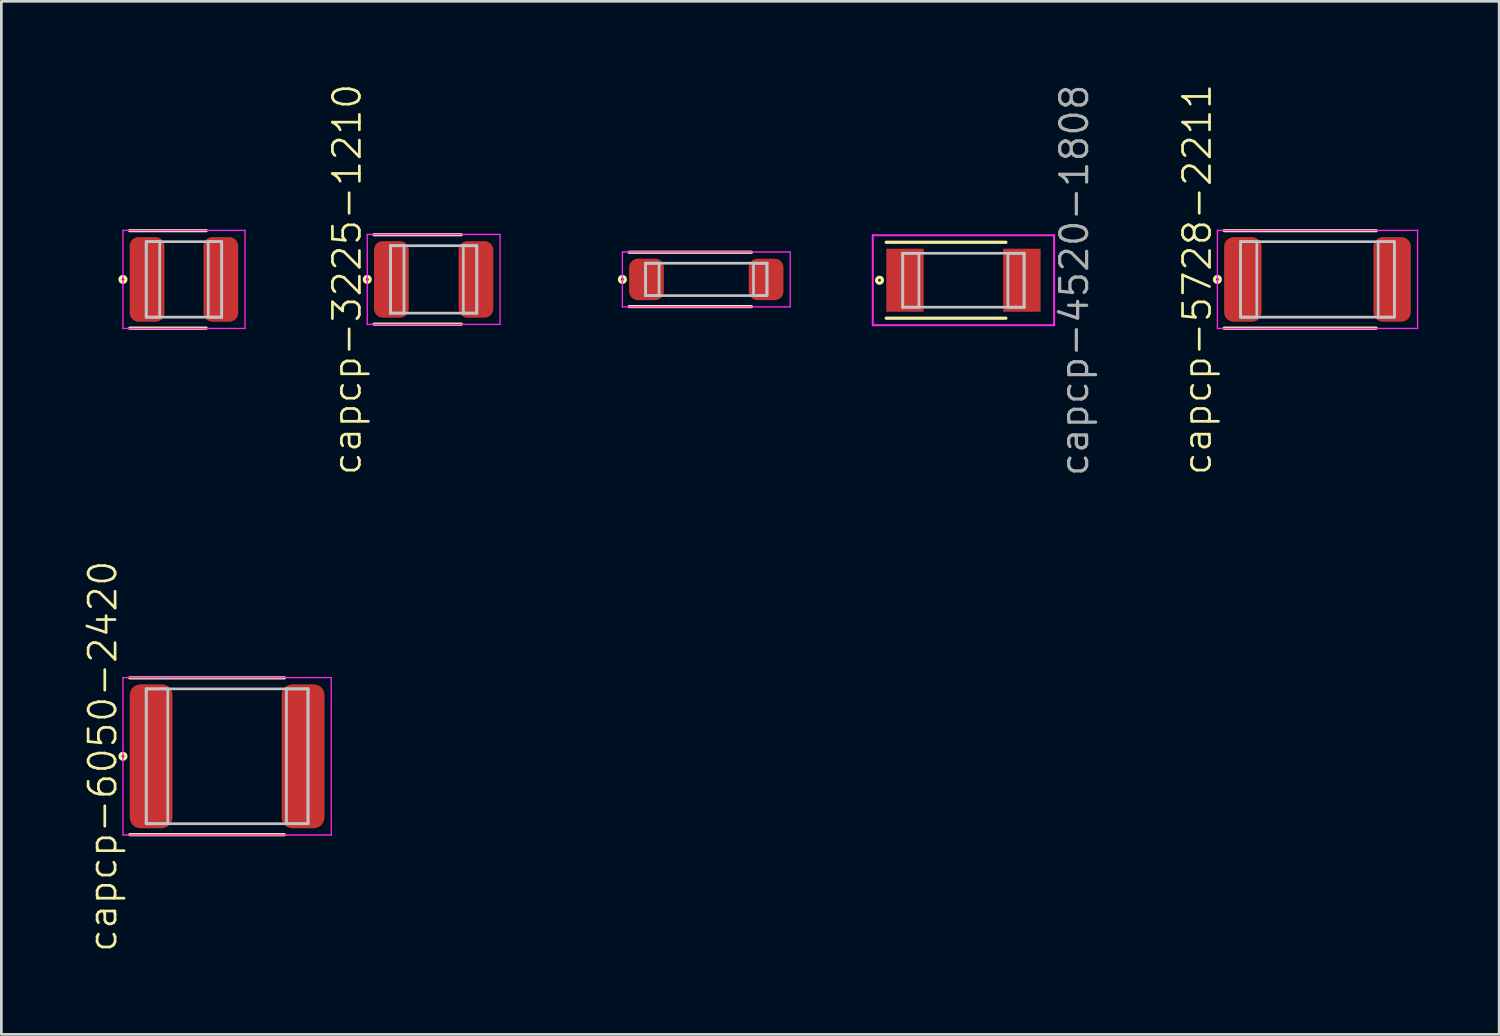
<source format=kicad_pcb>
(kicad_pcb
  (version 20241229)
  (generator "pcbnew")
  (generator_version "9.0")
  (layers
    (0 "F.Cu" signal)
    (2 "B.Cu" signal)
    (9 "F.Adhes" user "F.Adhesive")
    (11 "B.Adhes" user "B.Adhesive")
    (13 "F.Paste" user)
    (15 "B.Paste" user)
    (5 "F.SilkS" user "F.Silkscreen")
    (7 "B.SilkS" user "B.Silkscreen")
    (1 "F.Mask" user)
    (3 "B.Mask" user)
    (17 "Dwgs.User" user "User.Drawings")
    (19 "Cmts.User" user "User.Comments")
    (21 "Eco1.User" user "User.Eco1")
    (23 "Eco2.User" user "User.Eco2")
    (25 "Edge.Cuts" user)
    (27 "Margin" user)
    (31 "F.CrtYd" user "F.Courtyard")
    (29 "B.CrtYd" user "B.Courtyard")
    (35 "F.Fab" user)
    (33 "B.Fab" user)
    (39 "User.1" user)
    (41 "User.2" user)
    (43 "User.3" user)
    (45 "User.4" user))
  (footprint "capcp-6050-2420"
    (layer "F.Cu")
    (at 5.372 24.996)
    (property "Reference" "capcp-6050-2420" (at -4.612 0 90) (layer "F.SilkS") (effects (font (size 1 1) (thickness 0.1))))
    (attr through_hole)
    (fp_line (start -3.612 -2.908) (end 2.125 -2.908) (stroke (width 0.12) (type solid)) (layer "F.SilkS"))
    (fp_line (start -3.612 2.908) (end 2.125 2.908) (stroke (width 0.12) (type solid)) (layer "F.SilkS"))
    (fp_circle (center -3.862 0) (end -3.812 0) (stroke (width 0.12) (type solid)) (fill no) (layer "F.SilkS"))
    (fp_line (start -3 -2.5) (end -3 2.5) (stroke (width 0.1) (type solid)) (layer "Dwgs.User"))
    (fp_line (start -3 -2.5) (end -3 2.5) (stroke (width 0.1) (type solid)) (layer "Dwgs.User"))
    (fp_line (start -3 2.5) (end -2.2 2.5) (stroke (width 0.1) (type solid)) (layer "Dwgs.User"))
    (fp_line (start -3 2.5) (end 3 2.5) (stroke (width 0.1) (type solid)) (layer "Dwgs.User"))
    (fp_line (start -2.2 -2.5) (end -3 -2.5) (stroke (width 0.1) (type solid)) (layer "Dwgs.User"))
    (fp_line (start -2.2 2.5) (end -2.2 -2.5) (stroke (width 0.1) (type solid)) (layer "Dwgs.User"))
    (fp_line (start 2.2 -2.5) (end 2.2 2.5) (stroke (width 0.1) (type solid)) (layer "Dwgs.User"))
    (fp_line (start 2.2 2.5) (end 3 2.5) (stroke (width 0.1) (type solid)) (layer "Dwgs.User"))
    (fp_line (start 3 -2.5) (end -3 -2.5) (stroke (width 0.1) (type solid)) (layer "Dwgs.User"))
    (fp_line (start 3 -2.5) (end 2.2 -2.5) (stroke (width 0.1) (type solid)) (layer "Dwgs.User"))
    (fp_line (start 3 2.5) (end 3 -2.5) (stroke (width 0.1) (type solid)) (layer "Dwgs.User"))
    (fp_line (start 3 2.5) (end 3 -2.5) (stroke (width 0.1) (type solid)) (layer "Dwgs.User"))
    (fp_line (start -3.862 -2.918) (end -3.862 2.918) (stroke (width 0.05) (type solid)) (layer "F.CrtYd"))
    (fp_line (start -3.862 2.918) (end 3.862 2.918) (stroke (width 0.05) (type solid)) (layer "F.CrtYd"))
    (fp_line (start 3.862 -2.918) (end -3.862 -2.918) (stroke (width 0.05) (type solid)) (layer "F.CrtYd"))
    (fp_line (start 3.862 2.918) (end 3.862 -2.918) (stroke (width 0.05) (type solid)) (layer "F.CrtYd"))
    (pad "1" smd roundrect (at -2.818 0) (size 1.587 5.337) (layers "F.Cu" "F.Mask" "F.Paste") (roundrect_rratio 0.25))
    (pad "2" smd roundrect (at 2.818 0) (size 1.587 5.337) (layers "F.Cu" "F.Mask" "F.Paste") (roundrect_rratio 0.25)))
  (footprint "capcp-4520-1808"
    (layer "F.Cu")
    (at 32.678 7.342)
    (property "Reference" "capcp-4520-1808" (at 4.112 0 90) (layer "F.Fab") (effects (font (size 1 1) (thickness 0.12))))
    (attr through_hole)
    (fp_line (start -2.862 -1.408) (end 1.575 -1.408) (stroke (width 0.12) (type solid)) (layer "F.SilkS"))
    (fp_line (start -2.862 1.408) (end 1.575 1.408) (stroke (width 0.12) (type solid)) (layer "F.SilkS"))
    (fp_circle (center -3.112 0) (end -3.062 0) (stroke (width 0.12) (type solid)) (fill no) (layer "F.SilkS"))
    (fp_line (start -2.25 -1) (end -2.25 1) (stroke (width 0.1) (type solid)) (layer "Dwgs.User"))
    (fp_line (start -2.25 -1) (end -2.25 1) (stroke (width 0.1) (type solid)) (layer "Dwgs.User"))
    (fp_line (start -2.25 1) (end -1.65 1) (stroke (width 0.1) (type solid)) (layer "Dwgs.User"))
    (fp_line (start -2.25 1) (end 2.25 1) (stroke (width 0.1) (type solid)) (layer "Dwgs.User"))
    (fp_line (start -1.65 -1) (end -2.25 -1) (stroke (width 0.1) (type solid)) (layer "Dwgs.User"))
    (fp_line (start -1.65 1) (end -1.65 -1) (stroke (width 0.1) (type solid)) (layer "Dwgs.User"))
    (fp_line (start 1.65 -1) (end 1.65 1) (stroke (width 0.1) (type solid)) (layer "Dwgs.User"))
    (fp_line (start 1.65 1) (end 2.25 1) (stroke (width 0.1) (type solid)) (layer "Dwgs.User"))
    (fp_line (start 2.25 -1) (end -2.25 -1) (stroke (width 0.1) (type solid)) (layer "Dwgs.User"))
    (fp_line (start 2.25 -1) (end 1.65 -1) (stroke (width 0.1) (type solid)) (layer "Dwgs.User"))
    (fp_line (start 2.25 1) (end 2.25 -1) (stroke (width 0.1) (type solid)) (layer "Dwgs.User"))
    (fp_line (start 2.25 1) (end 2.25 -1) (stroke (width 0.1) (type solid)) (layer "Dwgs.User"))
    (fp_line (start -3.362 -1.668) (end -3.362 1.668) (stroke (width 0.075) (type solid)) (layer "F.CrtYd"))
    (fp_line (start -3.362 1.668) (end 3.362 1.668) (stroke (width 0.075) (type solid)) (layer "F.CrtYd"))
    (fp_line (start 3.362 -1.668) (end -3.362 -1.668) (stroke (width 0.075) (type solid)) (layer "F.CrtYd"))
    (fp_line (start 3.362 1.668) (end 3.362 -1.668) (stroke (width 0.075) (type solid)) (layer "F.CrtYd"))
    (pad "1" smd rect (at -2.168 0) (size 1.387 2.337) (layers "F.Cu" "F.Mask" "F.Paste"))
    (pad "2" smd rect (at 2.168 0) (size 1.387 2.337) (layers "F.Cu" "F.Mask" "F.Paste")))
  (footprint "capcp-2828-1111"
    (layer "F.Cu")
    (at 3.772 7.312)
    (property "Reference" "capcp-2828-1111" (at -3.012 0 90) (layer "User.1") (effects (font (size 1 1) (thickness 0.1))))
    (attr through_hole)
    (fp_line (start -2.012 -1.808) (end 0.825 -1.808) (stroke (width 0.12) (type solid)) (layer "F.SilkS"))
    (fp_line (start -2.012 1.808) (end 0.825 1.808) (stroke (width 0.12) (type solid)) (layer "F.SilkS"))
    (fp_circle (center -2.262 0) (end -2.212 0) (stroke (width 0.12) (type solid)) (fill no) (layer "F.SilkS"))
    (fp_line (start -1.4 -1.4) (end -1.4 1.4) (stroke (width 0.1) (type solid)) (layer "Dwgs.User"))
    (fp_line (start -1.4 -1.4) (end -1.4 1.4) (stroke (width 0.1) (type solid)) (layer "Dwgs.User"))
    (fp_line (start -1.4 1.4) (end -0.9 1.4) (stroke (width 0.1) (type solid)) (layer "Dwgs.User"))
    (fp_line (start -1.4 1.4) (end 1.4 1.4) (stroke (width 0.1) (type solid)) (layer "Dwgs.User"))
    (fp_line (start -0.9 -1.4) (end -1.4 -1.4) (stroke (width 0.1) (type solid)) (layer "Dwgs.User"))
    (fp_line (start -0.9 1.4) (end -0.9 -1.4) (stroke (width 0.1) (type solid)) (layer "Dwgs.User"))
    (fp_line (start 0.9 -1.4) (end 0.9 1.4) (stroke (width 0.1) (type solid)) (layer "Dwgs.User"))
    (fp_line (start 0.9 1.4) (end 1.4 1.4) (stroke (width 0.1) (type solid)) (layer "Dwgs.User"))
    (fp_line (start 1.4 -1.4) (end -1.4 -1.4) (stroke (width 0.1) (type solid)) (layer "Dwgs.User"))
    (fp_line (start 1.4 -1.4) (end 0.9 -1.4) (stroke (width 0.1) (type solid)) (layer "Dwgs.User"))
    (fp_line (start 1.4 1.4) (end 1.4 -1.4) (stroke (width 0.1) (type solid)) (layer "Dwgs.User"))
    (fp_line (start 1.4 1.4) (end 1.4 -1.4) (stroke (width 0.1) (type solid)) (layer "Dwgs.User"))
    (fp_line (start -2.262 -1.818) (end -2.262 1.818) (stroke (width 0.05) (type solid)) (layer "F.CrtYd"))
    (fp_line (start -2.262 1.818) (end 2.262 1.818) (stroke (width 0.05) (type solid)) (layer "F.CrtYd"))
    (fp_line (start 2.262 -1.818) (end -2.262 -1.818) (stroke (width 0.05) (type solid)) (layer "F.CrtYd"))
    (fp_line (start 2.262 1.818) (end 2.262 -1.818) (stroke (width 0.05) (type solid)) (layer "F.CrtYd"))
    (pad "1" smd roundrect (at -1.368 0) (size 1.287 3.137) (layers "F.Cu" "F.Mask" "F.Paste") (roundrect_rratio 0.25))
    (pad "2" smd roundrect (at 1.368 0) (size 1.287 3.137) (layers "F.Cu" "F.Mask" "F.Paste") (roundrect_rratio 0.25)))
  (footprint "capcp-3225-1210"
    (layer "F.Cu")
    (at 13.032 7.312)
    (property "Reference" "capcp-3225-1210" (at -3.212 0 90) (layer "F.SilkS") (effects (font (size 1 1) (thickness 0.1))))
    (attr through_hole)
    (fp_line (start -2.212 -1.658) (end 1.025 -1.658) (stroke (width 0.12) (type solid)) (layer "F.SilkS"))
    (fp_line (start -2.212 1.658) (end 1.025 1.658) (stroke (width 0.12) (type solid)) (layer "F.SilkS"))
    (fp_circle (center -2.462 0) (end -2.412 0) (stroke (width 0.12) (type solid)) (fill no) (layer "F.SilkS"))
    (fp_line (start -1.6 -1.25) (end -1.6 1.25) (stroke (width 0.1) (type solid)) (layer "Dwgs.User"))
    (fp_line (start -1.6 -1.25) (end -1.6 1.25) (stroke (width 0.1) (type solid)) (layer "Dwgs.User"))
    (fp_line (start -1.6 1.25) (end -1.1 1.25) (stroke (width 0.1) (type solid)) (layer "Dwgs.User"))
    (fp_line (start -1.6 1.25) (end 1.6 1.25) (stroke (width 0.1) (type solid)) (layer "Dwgs.User"))
    (fp_line (start -1.1 -1.25) (end -1.6 -1.25) (stroke (width 0.1) (type solid)) (layer "Dwgs.User"))
    (fp_line (start -1.1 1.25) (end -1.1 -1.25) (stroke (width 0.1) (type solid)) (layer "Dwgs.User"))
    (fp_line (start 1.1 -1.25) (end 1.1 1.25) (stroke (width 0.1) (type solid)) (layer "Dwgs.User"))
    (fp_line (start 1.1 1.25) (end 1.6 1.25) (stroke (width 0.1) (type solid)) (layer "Dwgs.User"))
    (fp_line (start 1.6 -1.25) (end -1.6 -1.25) (stroke (width 0.1) (type solid)) (layer "Dwgs.User"))
    (fp_line (start 1.6 -1.25) (end 1.1 -1.25) (stroke (width 0.1) (type solid)) (layer "Dwgs.User"))
    (fp_line (start 1.6 1.25) (end 1.6 -1.25) (stroke (width 0.1) (type solid)) (layer "Dwgs.User"))
    (fp_line (start 1.6 1.25) (end 1.6 -1.25) (stroke (width 0.1) (type solid)) (layer "Dwgs.User"))
    (fp_line (start -2.462 -1.668) (end -2.462 1.668) (stroke (width 0.05) (type solid)) (layer "F.CrtYd"))
    (fp_line (start -2.462 1.668) (end 2.462 1.668) (stroke (width 0.05) (type solid)) (layer "F.CrtYd"))
    (fp_line (start 2.462 -1.668) (end -2.462 -1.668) (stroke (width 0.05) (type solid)) (layer "F.CrtYd"))
    (fp_line (start 2.462 1.668) (end 2.462 -1.668) (stroke (width 0.05) (type solid)) (layer "F.CrtYd"))
    (pad "1" smd roundrect (at -1.568 0) (size 1.287 2.837) (layers "F.Cu" "F.Mask" "F.Paste") (roundrect_rratio 0.25))
    (pad "2" smd roundrect (at 1.568 0) (size 1.287 2.837) (layers "F.Cu" "F.Mask" "F.Paste") (roundrect_rratio 0.25)))
  (footprint "capcp-4512-1805"
    (layer "F.Cu")
    (at 23.142 7.312)
    (property "Reference" "capcp-4512-1805" (at -3.862 0 90) (layer "User.1") (effects (font (size 1 1) (thickness 0.1))))
    (attr through_hole)
    (fp_line (start -2.862 -1.008) (end 1.675 -1.008) (stroke (width 0.12) (type solid)) (layer "F.SilkS"))
    (fp_line (start -2.862 1.008) (end 1.675 1.008) (stroke (width 0.12) (type solid)) (layer "F.SilkS"))
    (fp_circle (center -3.112 0) (end -3.062 0) (stroke (width 0.12) (type solid)) (fill no) (layer "F.SilkS"))
    (fp_line (start -2.25 -0.6) (end -2.25 0.6) (stroke (width 0.1) (type solid)) (layer "Dwgs.User"))
    (fp_line (start -2.25 -0.6) (end -2.25 0.6) (stroke (width 0.1) (type solid)) (layer "Dwgs.User"))
    (fp_line (start -2.25 0.6) (end -1.75 0.6) (stroke (width 0.1) (type solid)) (layer "Dwgs.User"))
    (fp_line (start -2.25 0.6) (end 2.25 0.6) (stroke (width 0.1) (type solid)) (layer "Dwgs.User"))
    (fp_line (start -1.75 -0.6) (end -2.25 -0.6) (stroke (width 0.1) (type solid)) (layer "Dwgs.User"))
    (fp_line (start -1.75 0.6) (end -1.75 -0.6) (stroke (width 0.1) (type solid)) (layer "Dwgs.User"))
    (fp_line (start 1.75 -0.6) (end 1.75 0.6) (stroke (width 0.1) (type solid)) (layer "Dwgs.User"))
    (fp_line (start 1.75 0.6) (end 2.25 0.6) (stroke (width 0.1) (type solid)) (layer "Dwgs.User"))
    (fp_line (start 2.25 -0.6) (end -2.25 -0.6) (stroke (width 0.1) (type solid)) (layer "Dwgs.User"))
    (fp_line (start 2.25 -0.6) (end 1.75 -0.6) (stroke (width 0.1) (type solid)) (layer "Dwgs.User"))
    (fp_line (start 2.25 0.6) (end 2.25 -0.6) (stroke (width 0.1) (type solid)) (layer "Dwgs.User"))
    (fp_line (start 2.25 0.6) (end 2.25 -0.6) (stroke (width 0.1) (type solid)) (layer "Dwgs.User"))
    (fp_line (start -3.112 -1.018) (end -3.112 1.018) (stroke (width 0.05) (type solid)) (layer "F.CrtYd"))
    (fp_line (start -3.112 1.018) (end 3.112 1.018) (stroke (width 0.05) (type solid)) (layer "F.CrtYd"))
    (fp_line (start 3.112 -1.018) (end -3.112 -1.018) (stroke (width 0.05) (type solid)) (layer "F.CrtYd"))
    (fp_line (start 3.112 1.018) (end 3.112 -1.018) (stroke (width 0.05) (type solid)) (layer "F.CrtYd"))
    (pad "1" smd roundrect (at -2.218 0) (size 1.287 1.537) (layers "F.Cu" "F.Mask" "F.Paste") (roundrect_rratio 0.25))
    (pad "2" smd roundrect (at 2.218 0) (size 1.287 1.537) (layers "F.Cu" "F.Mask" "F.Paste") (roundrect_rratio 0.25)))
  (footprint "capcp-5728-2211"
    (layer "F.Cu")
    (at 45.808 7.312)
    (property "Reference" "capcp-5728-2211" (at -4.462 0 90) (layer "F.SilkS") (effects (font (size 1 1) (thickness 0.1))))
    (attr through_hole)
    (fp_line (start -3.462 -1.808) (end 2.175 -1.808) (stroke (width 0.12) (type solid)) (layer "F.SilkS"))
    (fp_line (start -3.462 1.808) (end 2.175 1.808) (stroke (width 0.12) (type solid)) (layer "F.SilkS"))
    (fp_circle (center -3.712 0) (end -3.662 0) (stroke (width 0.12) (type solid)) (fill no) (layer "F.SilkS"))
    (fp_line (start -2.85 -1.4) (end -2.85 1.4) (stroke (width 0.1) (type solid)) (layer "Dwgs.User"))
    (fp_line (start -2.85 -1.4) (end -2.85 1.4) (stroke (width 0.1) (type solid)) (layer "Dwgs.User"))
    (fp_line (start -2.85 1.4) (end -2.25 1.4) (stroke (width 0.1) (type solid)) (layer "Dwgs.User"))
    (fp_line (start -2.85 1.4) (end 2.85 1.4) (stroke (width 0.1) (type solid)) (layer "Dwgs.User"))
    (fp_line (start -2.25 -1.4) (end -2.85 -1.4) (stroke (width 0.1) (type solid)) (layer "Dwgs.User"))
    (fp_line (start -2.25 1.4) (end -2.25 -1.4) (stroke (width 0.1) (type solid)) (layer "Dwgs.User"))
    (fp_line (start 2.25 -1.4) (end 2.25 1.4) (stroke (width 0.1) (type solid)) (layer "Dwgs.User"))
    (fp_line (start 2.25 1.4) (end 2.85 1.4) (stroke (width 0.1) (type solid)) (layer "Dwgs.User"))
    (fp_line (start 2.85 -1.4) (end -2.85 -1.4) (stroke (width 0.1) (type solid)) (layer "Dwgs.User"))
    (fp_line (start 2.85 -1.4) (end 2.25 -1.4) (stroke (width 0.1) (type solid)) (layer "Dwgs.User"))
    (fp_line (start 2.85 1.4) (end 2.85 -1.4) (stroke (width 0.1) (type solid)) (layer "Dwgs.User"))
    (fp_line (start 2.85 1.4) (end 2.85 -1.4) (stroke (width 0.1) (type solid)) (layer "Dwgs.User"))
    (fp_line (start -3.712 -1.818) (end -3.712 1.818) (stroke (width 0.05) (type solid)) (layer "F.CrtYd"))
    (fp_line (start -3.712 1.818) (end 3.712 1.818) (stroke (width 0.05) (type solid)) (layer "F.CrtYd"))
    (fp_line (start 3.712 -1.818) (end -3.712 -1.818) (stroke (width 0.05) (type solid)) (layer "F.CrtYd"))
    (fp_line (start 3.712 1.818) (end 3.712 -1.818) (stroke (width 0.05) (type solid)) (layer "F.CrtYd"))
    (pad "1" smd roundrect (at -2.768 0) (size 1.387 3.137) (layers "F.Cu" "F.Mask" "F.Paste") (roundrect_rratio 0.25))
    (pad "2" smd roundrect (at 2.768 0) (size 1.387 3.137) (layers "F.Cu" "F.Mask" "F.Paste") (roundrect_rratio 0.25)))
  (gr_rect
    (start -3 -3)
    (end 52.545 35.308)
    (stroke (width 0.1) (type default))
    (fill no)
    (layer "Edge.Cuts")))
</source>
